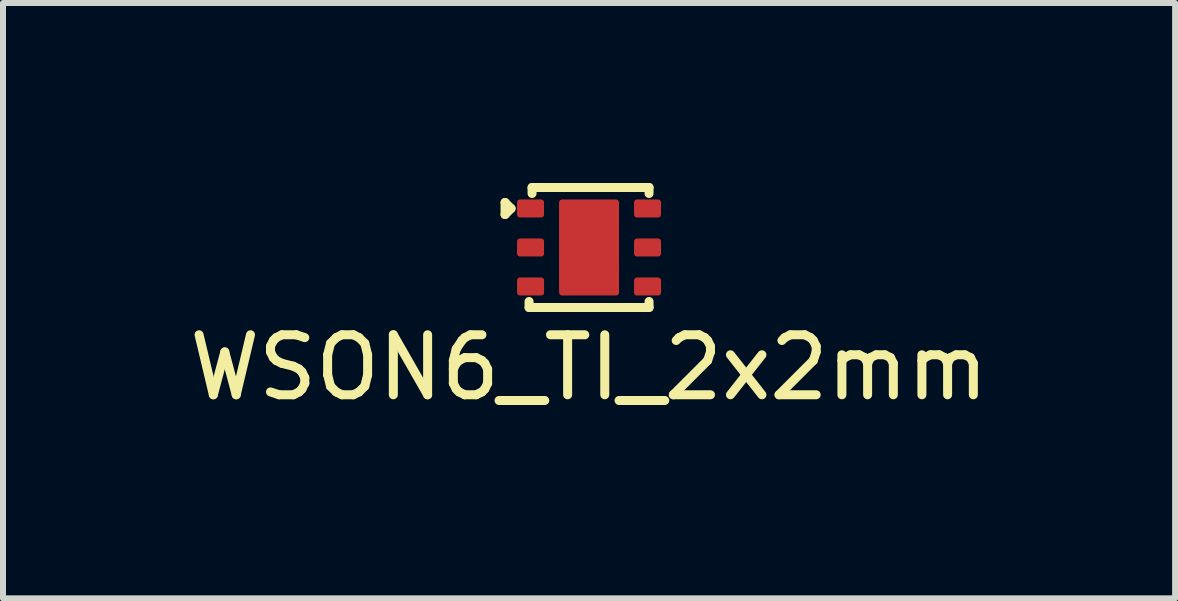
<source format=kicad_pcb>
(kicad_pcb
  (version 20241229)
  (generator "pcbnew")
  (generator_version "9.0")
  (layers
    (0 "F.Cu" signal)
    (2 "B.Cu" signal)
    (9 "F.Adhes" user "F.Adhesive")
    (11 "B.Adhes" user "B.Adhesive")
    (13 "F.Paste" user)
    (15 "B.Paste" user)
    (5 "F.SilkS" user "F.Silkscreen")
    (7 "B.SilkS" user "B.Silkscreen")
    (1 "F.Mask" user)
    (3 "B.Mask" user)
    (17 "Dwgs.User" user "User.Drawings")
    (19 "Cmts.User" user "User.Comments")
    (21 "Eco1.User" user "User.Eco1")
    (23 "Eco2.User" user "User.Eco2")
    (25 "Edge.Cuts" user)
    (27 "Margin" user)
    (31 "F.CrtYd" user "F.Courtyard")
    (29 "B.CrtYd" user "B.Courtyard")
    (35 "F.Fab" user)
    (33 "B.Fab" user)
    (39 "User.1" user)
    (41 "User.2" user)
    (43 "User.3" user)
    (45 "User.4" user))
  (footprint "WSON6_TI_2x2mm"
    (layer "F.Cu")
    (at 6.768 1.075)
    (property "Reference" "WSON6_TI_2x2mm" (at 0 2 0) (layer "F.SilkS") (effects (font (size 1 1) (thickness 0.15))))
    (attr smd)
    (fp_line (start -1.4 -0.75) (end -1.4 -0.55) (stroke (width 0.15) (type solid)) (layer "F.SilkS"))
    (fp_line (start -1.4 -0.55) (end -1.3 -0.65) (stroke (width 0.15) (type solid)) (layer "F.SilkS"))
    (fp_line (start -1.3 -0.65) (end -1.4 -0.75) (stroke (width 0.15) (type solid)) (layer "F.SilkS"))
    (fp_line (start -1 1) (end -1 0.9) (stroke (width 0.15) (type solid)) (layer "F.SilkS"))
    (fp_line (start -0.95 -1) (end 1 -1) (stroke (width 0.15) (type solid)) (layer "F.SilkS"))
    (fp_line (start -0.95 -0.9) (end -0.95 -1) (stroke (width 0.15) (type solid)) (layer "F.SilkS"))
    (fp_line (start 1 -1) (end 1 -0.9) (stroke (width 0.15) (type solid)) (layer "F.SilkS"))
    (fp_line (start 1 0.9) (end 1 1) (stroke (width 0.15) (type solid)) (layer "F.SilkS"))
    (fp_line (start 1 1) (end -1 1) (stroke (width 0.15) (type solid)) (layer "F.SilkS"))
    (pad "1" smd roundrect (at -0.975 -0.65) (size 0.45 0.3) (layers "F.Cu" "F.Mask" "F.Paste") (roundrect_rratio 0.16))
    (pad "2" smd roundrect (at -0.975 0) (size 0.45 0.3) (layers "F.Cu" "F.Mask" "F.Paste") (roundrect_rratio 0.16))
    (pad "3" smd roundrect (at -0.975 0.65) (size 0.45 0.3) (layers "F.Cu" "F.Mask" "F.Paste") (roundrect_rratio 0.16))
    (pad "4" smd roundrect (at 0.975 0.65) (size 0.45 0.3) (layers "F.Cu" "F.Mask" "F.Paste") (roundrect_rratio 0.16))
    (pad "5" smd roundrect (at 0.975 0) (size 0.45 0.3) (layers "F.Cu" "F.Mask" "F.Paste") (roundrect_rratio 0.16))
    (pad "6" smd roundrect (at 0.975 -0.65) (size 0.45 0.3) (layers "F.Cu" "F.Mask" "F.Paste") (roundrect_rratio 0.16))
    (pad "7" smd roundrect (at 0 0) (size 1 1.6) (layers "F.Cu" "F.Mask" "F.Paste") (roundrect_rratio 0.05)))
  (gr_rect
    (start -3 -3)
    (end 16.536 6.923)
    (stroke (width 0.1) (type default))
    (fill no)
    (layer "Edge.Cuts")))
</source>
